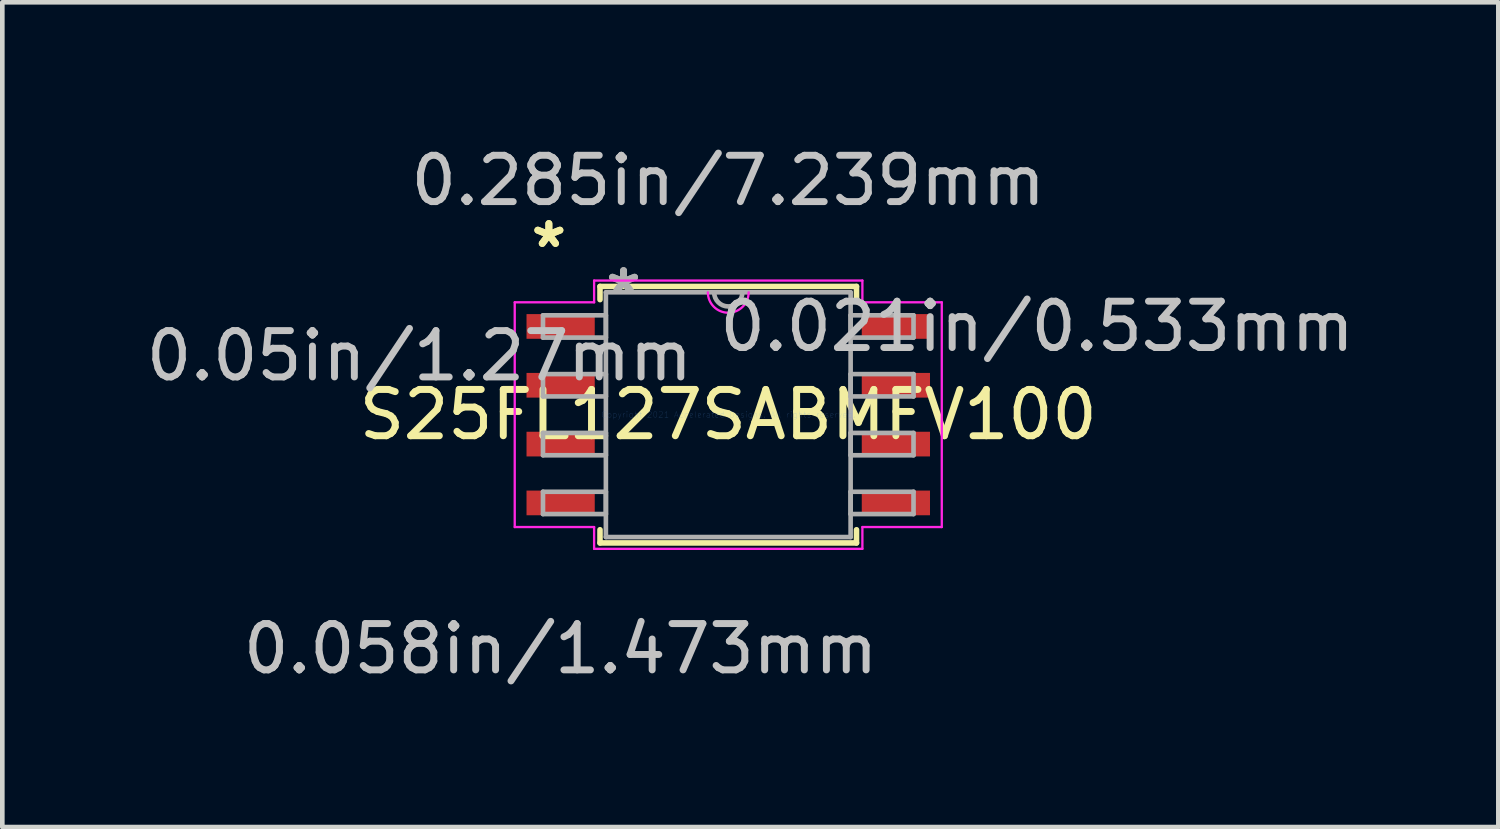
<source format=kicad_pcb>
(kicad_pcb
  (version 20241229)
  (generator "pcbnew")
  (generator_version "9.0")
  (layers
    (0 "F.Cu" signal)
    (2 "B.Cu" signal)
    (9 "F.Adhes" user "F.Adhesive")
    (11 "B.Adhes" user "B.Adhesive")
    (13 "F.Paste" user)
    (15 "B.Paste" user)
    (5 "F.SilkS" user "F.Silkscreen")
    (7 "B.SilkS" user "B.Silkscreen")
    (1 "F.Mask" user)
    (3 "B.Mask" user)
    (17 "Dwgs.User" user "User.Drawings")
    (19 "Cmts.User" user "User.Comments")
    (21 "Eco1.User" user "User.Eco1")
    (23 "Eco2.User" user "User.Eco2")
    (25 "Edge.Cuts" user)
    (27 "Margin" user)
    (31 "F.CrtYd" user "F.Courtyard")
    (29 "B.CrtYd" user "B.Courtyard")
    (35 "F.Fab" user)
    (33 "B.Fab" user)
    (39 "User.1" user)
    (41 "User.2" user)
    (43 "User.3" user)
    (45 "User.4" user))
  (footprint "S25FL127SABMFV100"
    (layer "F.Cu")
    (at 12.673 5.903)
    (property "Reference" "S25FL127SABMFV100" (at 0 0 0) (layer "F.SilkS") (effects (font (size 1 1) (thickness 0.15))))
    (attr through_hole)
    (fp_line (start -2.769 -2.769) (end -2.769 -2.484) (stroke (width 0.12) (type solid)) (layer "F.SilkS"))
    (fp_line (start -2.769 2.484) (end -2.769 2.769) (stroke (width 0.12) (type solid)) (layer "F.SilkS"))
    (fp_line (start -2.769 2.769) (end 2.769 2.769) (stroke (width 0.12) (type solid)) (layer "F.SilkS"))
    (fp_line (start 2.769 -2.769) (end -2.769 -2.769) (stroke (width 0.12) (type solid)) (layer "F.SilkS"))
    (fp_line (start 2.769 -2.484) (end 2.769 -2.769) (stroke (width 0.12) (type solid)) (layer "F.SilkS"))
    (fp_line (start 2.769 2.769) (end 2.769 2.484) (stroke (width 0.12) (type solid)) (layer "F.SilkS"))
    (fp_line (start -4.61 -2.426) (end -2.896 -2.426) (stroke (width 0.05) (type solid)) (layer "F.CrtYd"))
    (fp_line (start -4.61 2.426) (end -4.61 -2.426) (stroke (width 0.05) (type solid)) (layer "F.CrtYd"))
    (fp_line (start -2.896 -2.896) (end 2.896 -2.896) (stroke (width 0.05) (type solid)) (layer "F.CrtYd"))
    (fp_line (start -2.896 -2.426) (end -2.896 -2.896) (stroke (width 0.05) (type solid)) (layer "F.CrtYd"))
    (fp_line (start -2.896 2.426) (end -4.61 2.426) (stroke (width 0.05) (type solid)) (layer "F.CrtYd"))
    (fp_line (start -2.896 2.896) (end -2.896 2.426) (stroke (width 0.05) (type solid)) (layer "F.CrtYd"))
    (fp_line (start 2.896 -2.896) (end 2.896 -2.426) (stroke (width 0.05) (type solid)) (layer "F.CrtYd"))
    (fp_line (start 2.896 -2.426) (end 4.61 -2.426) (stroke (width 0.05) (type solid)) (layer "F.CrtYd"))
    (fp_line (start 2.896 2.426) (end 2.896 2.896) (stroke (width 0.05) (type solid)) (layer "F.CrtYd"))
    (fp_line (start 2.896 2.896) (end -2.896 2.896) (stroke (width 0.05) (type solid)) (layer "F.CrtYd"))
    (fp_line (start 4.61 -2.426) (end 4.61 2.426) (stroke (width 0.05) (type solid)) (layer "F.CrtYd"))
    (fp_line (start 4.61 2.426) (end 2.896 2.426) (stroke (width 0.05) (type solid)) (layer "F.CrtYd"))
    (fp_arc (start 0.440267 -2.6416) (mid 0 -2.201333) (end -0.440267 -2.6416) (stroke (width 0.05) (type solid)) (layer "F.CrtYd"))
    (fp_line (start -4 -2.146) (end -4 -1.664) (stroke (width 0.1) (type solid)) (layer "F.Fab"))
    (fp_line (start -4 -1.664) (end -2.642 -1.664) (stroke (width 0.1) (type solid)) (layer "F.Fab"))
    (fp_line (start -4 -0.876) (end -4 -0.394) (stroke (width 0.1) (type solid)) (layer "F.Fab"))
    (fp_line (start -4 -0.394) (end -2.642 -0.394) (stroke (width 0.1) (type solid)) (layer "F.Fab"))
    (fp_line (start -4 0.394) (end -4 0.876) (stroke (width 0.1) (type solid)) (layer "F.Fab"))
    (fp_line (start -4 0.876) (end -2.642 0.876) (stroke (width 0.1) (type solid)) (layer "F.Fab"))
    (fp_line (start -4 1.664) (end -4 2.146) (stroke (width 0.1) (type solid)) (layer "F.Fab"))
    (fp_line (start -4 2.146) (end -2.642 2.146) (stroke (width 0.1) (type solid)) (layer "F.Fab"))
    (fp_line (start -2.642 -2.642) (end -2.642 2.642) (stroke (width 0.1) (type solid)) (layer "F.Fab"))
    (fp_line (start -2.642 -2.146) (end -4 -2.146) (stroke (width 0.1) (type solid)) (layer "F.Fab"))
    (fp_line (start -2.642 -1.664) (end -2.642 -2.146) (stroke (width 0.1) (type solid)) (layer "F.Fab"))
    (fp_line (start -2.642 -0.876) (end -4 -0.876) (stroke (width 0.1) (type solid)) (layer "F.Fab"))
    (fp_line (start -2.642 -0.394) (end -2.642 -0.876) (stroke (width 0.1) (type solid)) (layer "F.Fab"))
    (fp_line (start -2.642 0.394) (end -4 0.394) (stroke (width 0.1) (type solid)) (layer "F.Fab"))
    (fp_line (start -2.642 0.876) (end -2.642 0.394) (stroke (width 0.1) (type solid)) (layer "F.Fab"))
    (fp_line (start -2.642 1.664) (end -4 1.664) (stroke (width 0.1) (type solid)) (layer "F.Fab"))
    (fp_line (start -2.642 2.146) (end -2.642 1.664) (stroke (width 0.1) (type solid)) (layer "F.Fab"))
    (fp_line (start -2.642 2.642) (end 2.642 2.642) (stroke (width 0.1) (type solid)) (layer "F.Fab"))
    (fp_line (start 2.642 -2.642) (end -2.642 -2.642) (stroke (width 0.1) (type solid)) (layer "F.Fab"))
    (fp_line (start 2.642 -2.146) (end 2.642 -1.664) (stroke (width 0.1) (type solid)) (layer "F.Fab"))
    (fp_line (start 2.642 -1.664) (end 4 -1.664) (stroke (width 0.1) (type solid)) (layer "F.Fab"))
    (fp_line (start 2.642 -0.876) (end 2.642 -0.394) (stroke (width 0.1) (type solid)) (layer "F.Fab"))
    (fp_line (start 2.642 -0.394) (end 4 -0.394) (stroke (width 0.1) (type solid)) (layer "F.Fab"))
    (fp_line (start 2.642 0.394) (end 2.642 0.876) (stroke (width 0.1) (type solid)) (layer "F.Fab"))
    (fp_line (start 2.642 0.876) (end 4 0.876) (stroke (width 0.1) (type solid)) (layer "F.Fab"))
    (fp_line (start 2.642 1.664) (end 2.642 2.146) (stroke (width 0.1) (type solid)) (layer "F.Fab"))
    (fp_line (start 2.642 2.146) (end 4 2.146) (stroke (width 0.1) (type solid)) (layer "F.Fab"))
    (fp_line (start 2.642 2.642) (end 2.642 -2.642) (stroke (width 0.1) (type solid)) (layer "F.Fab"))
    (fp_line (start 4 -2.146) (end 2.642 -2.146) (stroke (width 0.1) (type solid)) (layer "F.Fab"))
    (fp_line (start 4 -1.664) (end 4 -2.146) (stroke (width 0.1) (type solid)) (layer "F.Fab"))
    (fp_line (start 4 -0.876) (end 2.642 -0.876) (stroke (width 0.1) (type solid)) (layer "F.Fab"))
    (fp_line (start 4 -0.394) (end 4 -0.876) (stroke (width 0.1) (type solid)) (layer "F.Fab"))
    (fp_line (start 4 0.394) (end 2.642 0.394) (stroke (width 0.1) (type solid)) (layer "F.Fab"))
    (fp_line (start 4 0.876) (end 4 0.394) (stroke (width 0.1) (type solid)) (layer "F.Fab"))
    (fp_line (start 4 1.664) (end 2.642 1.664) (stroke (width 0.1) (type solid)) (layer "F.Fab"))
    (fp_line (start 4 2.146) (end 4 1.664) (stroke (width 0.1) (type solid)) (layer "F.Fab"))
    (fp_arc (start 0.3048 -2.6416) (mid 0 -2.3368) (end -0.3048 -2.6416) (stroke (width 0.1) (type solid)) (layer "F.Fab"))
    (fp_text user "*" (at -3.873 -3.581 0) (layer "F.SilkS") (effects (font (size 1 1) (thickness 0.15))))
    (fp_text user "*" (at -3.873 -3.581 0) (layer "F.SilkS") (effects (font (size 1 1) (thickness 0.15))))
    (fp_text user "0.058in/1.473mm" (at -3.619 5.055 0) (layer "Dwgs.User") (effects (font (size 1 1) (thickness 0.15))))
    (fp_text user "0.05in/1.27mm" (at -6.668 -1.27 0) (layer "Dwgs.User") (effects (font (size 1 1) (thickness 0.15))))
    (fp_text user "0.021in/0.533mm" (at 6.668 -1.905 0) (layer "Dwgs.User") (effects (font (size 1 1) (thickness 0.15))))
    (fp_text user "0.285in/7.239mm" (at 0 -5.055 0) (layer "Dwgs.User") (effects (font (size 1 1) (thickness 0.15))))
    (fp_text user "Copyright 2021 Accelerated Designs. All rights reserved." (at 0 0 0) (layer "Cmts.User") (effects (font (size 0.127 0.127) (thickness 0.002))))
    (fp_text user "*" (at -2.261 -2.565 0) (layer "F.Fab") (effects (font (size 1 1) (thickness 0.15))))
    (fp_text user "*" (at -2.261 -2.565 0) (layer "F.Fab") (effects (font (size 1 1) (thickness 0.15))))
    (pad "1" smd rect (at -3.619 -1.905) (size 1.473 0.533) (layers "F.Cu" "F.Mask" "F.Paste"))
    (pad "2" smd rect (at -3.619 -0.635) (size 1.473 0.533) (layers "F.Cu" "F.Mask" "F.Paste"))
    (pad "3" smd rect (at -3.619 0.635) (size 1.473 0.533) (layers "F.Cu" "F.Mask" "F.Paste"))
    (pad "4" smd rect (at -3.619 1.905) (size 1.473 0.533) (layers "F.Cu" "F.Mask" "F.Paste"))
    (pad "5" smd rect (at 3.619 1.905) (size 1.473 0.533) (layers "F.Cu" "F.Mask" "F.Paste"))
    (pad "6" smd rect (at 3.619 0.635) (size 1.473 0.533) (layers "F.Cu" "F.Mask" "F.Paste"))
    (pad "7" smd rect (at 3.619 -0.635) (size 1.473 0.533) (layers "F.Cu" "F.Mask" "F.Paste"))
    (pad "8" smd rect (at 3.619 -1.905) (size 1.473 0.533) (layers "F.Cu" "F.Mask" "F.Paste")))
  (gr_rect
    (start -3 -3)
    (end 29.299 14.806)
    (stroke (width 0.1) (type default))
    (fill no)
    (layer "Edge.Cuts")))
</source>
